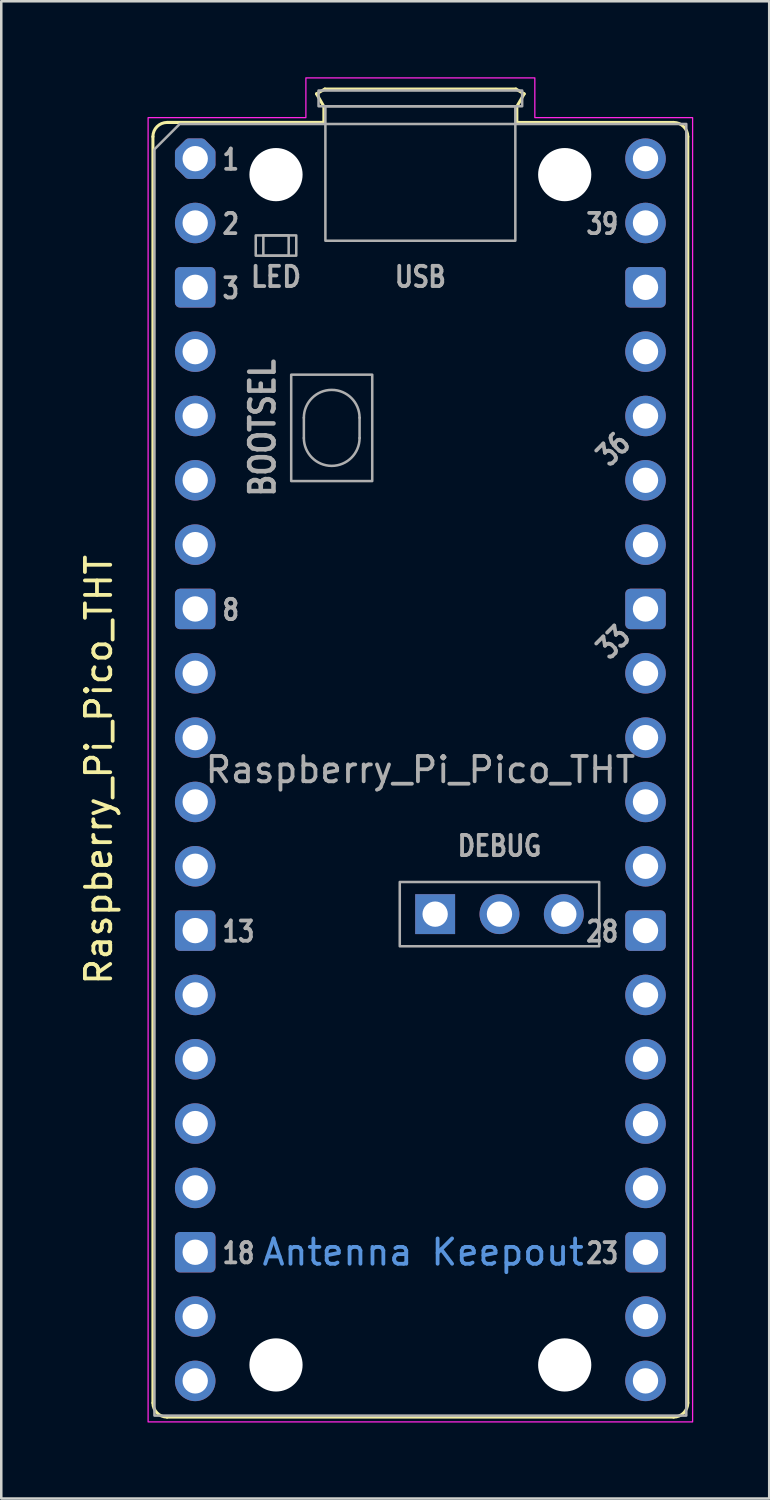
<source format=kicad_pcb>
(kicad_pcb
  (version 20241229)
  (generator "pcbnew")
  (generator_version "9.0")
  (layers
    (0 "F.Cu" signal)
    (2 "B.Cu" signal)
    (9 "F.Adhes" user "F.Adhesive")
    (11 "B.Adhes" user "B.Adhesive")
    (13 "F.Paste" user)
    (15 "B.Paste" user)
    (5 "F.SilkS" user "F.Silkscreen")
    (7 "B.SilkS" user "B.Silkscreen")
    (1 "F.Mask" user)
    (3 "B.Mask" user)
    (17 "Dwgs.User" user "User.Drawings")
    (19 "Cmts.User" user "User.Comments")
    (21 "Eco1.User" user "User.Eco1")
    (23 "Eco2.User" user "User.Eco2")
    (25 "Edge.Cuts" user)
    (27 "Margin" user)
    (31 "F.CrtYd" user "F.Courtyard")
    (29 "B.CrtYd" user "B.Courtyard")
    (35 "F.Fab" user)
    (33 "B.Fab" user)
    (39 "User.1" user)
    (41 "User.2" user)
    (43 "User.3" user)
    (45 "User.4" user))
  (footprint "Raspberry_Pi_Pico_THT"
    (layer "F.Cu")
    (at 4.658 3.215)
    (property "Reference" "Raspberry_Pi_Pico_THT" (at -3.81 24.13 270) (layer "F.SilkS") (effects (font (size 1 1) (thickness 0.15))))
    (attr through_hole)
    (fp_line (start -1.67 -0.87) (end -1.67 49.13) (stroke (width 0.12) (type solid)) (layer "F.SilkS"))
    (fp_line (start -1.11 -1.43) (end 5.08 -1.43) (stroke (width 0.12) (type solid)) (layer "F.SilkS"))
    (fp_line (start -1.11 49.69) (end 18.89 49.69) (stroke (width 0.12) (type solid)) (layer "F.SilkS"))
    (fp_line (start 4.79 -2.56) (end 5.12 -2.75) (stroke (width 0.12) (type solid)) (layer "F.SilkS"))
    (fp_line (start 5.08 -2.06) (end 4.79 -2.56) (stroke (width 0.12) (type solid)) (layer "F.SilkS"))
    (fp_line (start 5.08 -1.43) (end -1.11 -1.43) (stroke (width 0.12) (type solid)) (layer "F.SilkS"))
    (fp_line (start 5.08 -1.43) (end 5.08 -2.06) (stroke (width 0.12) (type solid)) (layer "F.SilkS"))
    (fp_line (start 5.12 -2.75) (end 12.66 -2.75) (stroke (width 0.12) (type solid)) (layer "F.SilkS"))
    (fp_line (start 12.66 -2.75) (end 12.99 -2.56) (stroke (width 0.12) (type solid)) (layer "F.SilkS"))
    (fp_line (start 12.7 -2.06) (end 12.7 -1.43) (stroke (width 0.12) (type solid)) (layer "F.SilkS"))
    (fp_line (start 12.99 -2.56) (end 12.7 -2.06) (stroke (width 0.12) (type solid)) (layer "F.SilkS"))
    (fp_line (start 18.89 -1.43) (end 12.7 -1.43) (stroke (width 0.12) (type solid)) (layer "F.SilkS"))
    (fp_line (start 19.45 -0.87) (end 19.45 49.13) (stroke (width 0.12) (type solid)) (layer "F.SilkS"))
    (fp_arc (start -1.67 -0.87) (mid -1.50598 -1.26598) (end -1.11 -1.43) (stroke (width 0.12) (type solid)) (layer "F.SilkS"))
    (fp_arc (start -1.11 49.69) (mid -1.50598 49.52598) (end -1.67 49.13) (stroke (width 0.12) (type solid)) (layer "F.SilkS"))
    (fp_arc (start 18.89 -1.43) (mid 19.28598 -1.26598) (end 19.45 -0.87) (stroke (width 0.12) (type solid)) (layer "F.SilkS"))
    (fp_arc (start 19.45 49.13) (mid 19.28598 49.52598) (end 18.89 49.69) (stroke (width 0.12) (type solid)) (layer "F.SilkS"))
    (fp_poly (pts (xy 13.41 -1.62) (xy 19.64 -1.62) (xy 19.64 49.88) (xy -1.86 49.88) (xy -1.86 -1.62) (xy 4.37 -1.62) (xy 4.37 -3.19) (xy 13.41 -3.19)) (stroke (width 0.05) (type solid)) (fill no) (layer "F.CrtYd"))
    (fp_line (start 4.29 10.23) (end 4.29 11.03) (stroke (width 0.1) (type solid)) (layer "F.Fab"))
    (fp_line (start 6.49 10.23) (end 6.49 11.03) (stroke (width 0.1) (type solid)) (layer "F.Fab"))
    (fp_rect (start 2.39 3.03) (end 3.99 3.83) (stroke (width 0.1) (type solid)) (fill no) (layer "F.Fab"))
    (fp_rect (start 2.69 3.03) (end 3.69 3.83) (stroke (width 0.1) (type solid)) (fill no) (layer "F.Fab"))
    (fp_rect (start 3.79 8.53) (end 6.99 12.73) (stroke (width 0.1) (type solid)) (fill no) (layer "F.Fab"))
    (fp_rect (start 4.87 -2.69) (end 12.91 -2.07) (stroke (width 0.1) (type solid)) (fill no) (layer "F.Fab"))
    (fp_rect (start 5.14 -2.07) (end 12.64 3.24) (stroke (width 0.1) (type solid)) (fill no) (layer "F.Fab"))
    (fp_rect (start 8.077 28.56) (end 15.951 31.1) (stroke (width 0.1) (type solid)) (fill no) (layer "F.Fab"))
    (fp_arc (start 4.29 10.23) (mid 5.39 9.13) (end 6.49 10.23) (stroke (width 0.1) (type solid)) (layer "F.Fab"))
    (fp_arc (start 6.49 11.03) (mid 5.39 12.13) (end 4.29 11.03) (stroke (width 0.1) (type solid)) (layer "F.Fab"))
    (fp_poly (pts (xy 19.39 49.63) (xy -1.61 49.63) (xy -1.61 -0.37) (xy -0.61 -1.37) (xy 19.39 -1.37)) (stroke (width 0.1) (type solid)) (fill no) (layer "F.Fab"))
    (fp_line (start 1.89 49.13) (end 1.89 41.73) (stroke (width 0.1) (type solid)) (layer "User.1"))
    (fp_line (start 2.39 41.23) (end 15.39 41.23) (stroke (width 0.1) (type solid)) (layer "User.1"))
    (fp_line (start 15.89 41.73) (end 15.89 49.13) (stroke (width 0.1) (type solid)) (layer "User.1"))
    (fp_arc (start 1.89 41.73) (mid 2.036447 41.376447) (end 2.39 41.23) (stroke (width 0.1) (type solid)) (layer "User.1"))
    (fp_arc (start 1.89 49.13) (mid 1.743553 49.483553) (end 1.39 49.63) (stroke (width 0.1) (type solid)) (layer "User.1"))
    (fp_arc (start 15.39 41.23) (mid 15.743553 41.376447) (end 15.89 41.73) (stroke (width 0.1) (type solid)) (layer "User.1"))
    (fp_arc (start 16.39 49.63) (mid 16.036447 49.483553) (end 15.89 49.13) (stroke (width 0.1) (type solid)) (layer "User.1"))
    (fp_text user "Antenna Keepout" (at 9 43.18 0) (unlocked yes) (layer "Cmts.User") (effects (font (size 1 1) (thickness 0.15))))
    (fp_text user "33" (at 16.51 19.088 45) (unlocked yes) (layer "F.Fab") (effects (font (size 0.8 0.64) (thickness 0.15))))
    (fp_text user "1" (at 1 0.038 0) (unlocked yes) (layer "F.Fab") (effects (font (size 0.8 0.64) (thickness 0.15)) (justify left)))
    (fp_text user "3" (at 1 5.118 0) (unlocked yes) (layer "F.Fab") (effects (font (size 0.8 0.64) (thickness 0.15)) (justify left)))
    (fp_text user "LED" (at 3.19 4.668 0) (unlocked yes) (layer "F.Fab") (effects (font (size 0.8 0.72) (thickness 0.15))))
    (fp_text user "18" (at 1 43.218 0) (unlocked yes) (layer "F.Fab") (effects (font (size 0.8 0.64) (thickness 0.15)) (justify left)))
    (fp_text user "2" (at 1 2.578 0) (unlocked yes) (layer "F.Fab") (effects (font (size 0.8 0.64) (thickness 0.15)) (justify left)))
    (fp_text user "${REFERENCE}" (at 8.89 24.13 0) (unlocked yes) (layer "F.Fab") (effects (font (size 1 1) (thickness 0.15))))
    (fp_text user "36" (at 16.51 11.468 45) (unlocked yes) (layer "F.Fab") (effects (font (size 0.8 0.64) (thickness 0.15))))
    (fp_text user "8" (at 1 17.818 0) (unlocked yes) (layer "F.Fab") (effects (font (size 0.8 0.64) (thickness 0.15)) (justify left)))
    (fp_text user "28" (at 16.78 30.518 0) (unlocked yes) (layer "F.Fab") (effects (font (size 0.8 0.64) (thickness 0.15)) (justify right)))
    (fp_text user "23" (at 16.78 43.218 0) (unlocked yes) (layer "F.Fab") (effects (font (size 0.8 0.64) (thickness 0.15)) (justify right)))
    (fp_text user "USB" (at 8.89 4.668 0) (unlocked yes) (layer "F.Fab") (effects (font (size 0.8 0.66) (thickness 0.15))))
    (fp_text user "13" (at 1 30.518 0) (unlocked yes) (layer "F.Fab") (effects (font (size 0.8 0.64) (thickness 0.15)) (justify left)))
    (fp_text user "BOOTSEL" (at 2.656 10.63 90) (unlocked yes) (layer "F.Fab") (effects (font (size 0.96 0.825) (thickness 0.18))))
    (fp_text user "DEBUG" (at 12.014 27.138 0) (unlocked yes) (layer "F.Fab") (effects (font (size 0.8 0.66) (thickness 0.15))))
    (fp_text user "39" (at 16.78 2.578 0) (unlocked yes) (layer "F.Fab") (effects (font (size 0.8 0.64) (thickness 0.15)) (justify right)))
    (pad "" np_thru_hole circle (at 3.19 0.63) (size 2.1 2.1) (drill 2.1) (layers "*.Cu" "*.Mask"))
    (pad "" np_thru_hole circle (at 3.19 47.63) (size 2.1 2.1) (drill 2.1) (layers "*.Cu" "*.Mask"))
    (pad "" np_thru_hole circle (at 14.59 0.63) (size 2.1 2.1) (drill 2.1) (layers "*.Cu" "*.Mask"))
    (pad "" np_thru_hole circle (at 14.59 47.63) (size 2.1 2.1) (drill 2.1) (layers "*.Cu" "*.Mask"))
    (pad "1" thru_hole custom (at 0 0) (size 1.6 1.6) (drill 1) (layers "*.Cu" "*.Mask") (options (anchor circle)) (primitives (gr_poly (pts (xy 0.6 0.249) (xy 0.249 0.6) (xy -0.249 0.6) (xy -0.6 0.249) (xy -0.6 -0.249) (xy -0.249 -0.6) (xy 0.249 -0.6) (xy 0.6 -0.249)) (width 0.4) (fill yes))))
    (pad "2" thru_hole circle (at 0 2.54) (size 1.6 1.6) (drill 1) (layers "*.Cu" "*.Mask"))
    (pad "3" thru_hole roundrect (at 0 5.08) (size 1.6 1.6) (drill 1) (layers "*.Cu" "*.Mask") (roundrect_rratio 0.125))
    (pad "4" thru_hole circle (at 0 7.62) (size 1.6 1.6) (drill 1) (layers "*.Cu" "*.Mask"))
    (pad "5" thru_hole circle (at 0 10.16) (size 1.6 1.6) (drill 1) (layers "*.Cu" "*.Mask"))
    (pad "6" thru_hole circle (at 0 12.7) (size 1.6 1.6) (drill 1) (layers "*.Cu" "*.Mask"))
    (pad "7" thru_hole circle (at 0 15.24) (size 1.6 1.6) (drill 1) (layers "*.Cu" "*.Mask"))
    (pad "8" thru_hole roundrect (at 0 17.78) (size 1.6 1.6) (drill 1) (layers "*.Cu" "*.Mask") (roundrect_rratio 0.125))
    (pad "9" thru_hole circle (at 0 20.32) (size 1.6 1.6) (drill 1) (layers "*.Cu" "*.Mask"))
    (pad "10" thru_hole circle (at 0 22.86) (size 1.6 1.6) (drill 1) (layers "*.Cu" "*.Mask"))
    (pad "11" thru_hole circle (at 0 25.4) (size 1.6 1.6) (drill 1) (layers "*.Cu" "*.Mask"))
    (pad "12" thru_hole circle (at 0 27.94) (size 1.6 1.6) (drill 1) (layers "*.Cu" "*.Mask"))
    (pad "13" thru_hole roundrect (at 0 30.48) (size 1.6 1.6) (drill 1) (layers "*.Cu" "*.Mask") (roundrect_rratio 0.125))
    (pad "14" thru_hole circle (at 0 33.02) (size 1.6 1.6) (drill 1) (layers "*.Cu" "*.Mask"))
    (pad "15" thru_hole circle (at 0 35.56) (size 1.6 1.6) (drill 1) (layers "*.Cu" "*.Mask"))
    (pad "16" thru_hole circle (at 0 38.1) (size 1.6 1.6) (drill 1) (layers "*.Cu" "*.Mask"))
    (pad "17" thru_hole circle (at 0 40.64) (size 1.6 1.6) (drill 1) (layers "*.Cu" "*.Mask"))
    (pad "18" thru_hole roundrect (at 0 43.18) (size 1.6 1.6) (drill 1) (layers "*.Cu" "*.Mask") (roundrect_rratio 0.125))
    (pad "19" thru_hole circle (at 0 45.72) (size 1.6 1.6) (drill 1) (layers "*.Cu" "*.Mask"))
    (pad "20" thru_hole circle (at 0 48.26) (size 1.6 1.6) (drill 1) (layers "*.Cu" "*.Mask"))
    (pad "21" thru_hole circle (at 17.78 48.26) (size 1.6 1.6) (drill 1) (layers "*.Cu" "*.Mask"))
    (pad "22" thru_hole circle (at 17.78 45.72) (size 1.6 1.6) (drill 1) (layers "*.Cu" "*.Mask"))
    (pad "23" thru_hole roundrect (at 17.78 43.18) (size 1.6 1.6) (drill 1) (layers "*.Cu" "*.Mask") (roundrect_rratio 0.125))
    (pad "24" thru_hole circle (at 17.78 40.64) (size 1.6 1.6) (drill 1) (layers "*.Cu" "*.Mask"))
    (pad "25" thru_hole circle (at 17.78 38.1) (size 1.6 1.6) (drill 1) (layers "*.Cu" "*.Mask"))
    (pad "26" thru_hole circle (at 17.78 35.56) (size 1.6 1.6) (drill 1) (layers "*.Cu" "*.Mask"))
    (pad "27" thru_hole circle (at 17.78 33.02) (size 1.6 1.6) (drill 1) (layers "*.Cu" "*.Mask"))
    (pad "28" thru_hole roundrect (at 17.78 30.48) (size 1.6 1.6) (drill 1) (layers "*.Cu" "*.Mask") (roundrect_rratio 0.125))
    (pad "29" thru_hole circle (at 17.78 27.94) (size 1.6 1.6) (drill 1) (layers "*.Cu" "*.Mask"))
    (pad "30" thru_hole circle (at 17.78 25.4) (size 1.6 1.6) (drill 1) (layers "*.Cu" "*.Mask"))
    (pad "31" thru_hole circle (at 17.78 22.86) (size 1.6 1.6) (drill 1) (layers "*.Cu" "*.Mask"))
    (pad "32" thru_hole circle (at 17.78 20.32) (size 1.6 1.6) (drill 1) (layers "*.Cu" "*.Mask"))
    (pad "33" thru_hole roundrect (at 17.78 17.78) (size 1.6 1.6) (drill 1) (layers "*.Cu" "*.Mask") (roundrect_rratio 0.125))
    (pad "34" thru_hole circle (at 17.78 15.24) (size 1.6 1.6) (drill 1) (layers "*.Cu" "*.Mask"))
    (pad "35" thru_hole circle (at 17.78 12.7) (size 1.6 1.6) (drill 1) (layers "*.Cu" "*.Mask"))
    (pad "36" thru_hole circle (at 17.78 10.16) (size 1.6 1.6) (drill 1) (layers "*.Cu" "*.Mask"))
    (pad "37" thru_hole circle (at 17.78 7.62) (size 1.6 1.6) (drill 1) (layers "*.Cu" "*.Mask"))
    (pad "38" thru_hole roundrect (at 17.78 5.08) (size 1.6 1.6) (drill 1) (layers "*.Cu" "*.Mask") (roundrect_rratio 0.125))
    (pad "39" thru_hole circle (at 17.78 2.54) (size 1.6 1.6) (drill 1) (layers "*.Cu" "*.Mask"))
    (pad "40" thru_hole circle (at 17.78 0) (size 1.6 1.6) (drill 1) (layers "*.Cu" "*.Mask"))
    (pad "41" thru_hole rect (at 9.474 29.83) (size 1.575 1.575) (drill 1) (layers "*.Cu" "*.Mask"))
    (pad "42" thru_hole circle (at 12.014 29.83) (size 1.575 1.575) (drill 1) (layers "*.Cu" "*.Mask"))
    (pad "43" thru_hole circle (at 14.554 29.83) (size 1.575 1.575) (drill 1) (layers "*.Cu" "*.Mask"))
    (zone (net_name "") (layers "F.Cu" "F.Mask" "B.Cu" "B.Mask" "F.SilkS" "B.SilkS" "F.Adhes" "B.Adhes" "F.Paste" "B.Paste") (name "Antenna Keepout") (hatch full 0.508) (connect_pads) (min_thickness 0.254) (filled_areas_thickness no) (keepout (tracks not_allowed) (vias not_allowed) (pads allowed) (copperpour not_allowed) (footprints not_allowed)) (placement (enabled no)) (fill) (polygon (pts (xy 20.548 52.845) (xy 6.548 52.845) (xy 6.548 44.445) (xy 20.548 44.445)))))
  (gr_rect
    (start -3 -3)
    (end 27.323 56.12)
    (stroke (width 0.1) (type default))
    (fill no)
    (layer "Edge.Cuts")))
</source>
